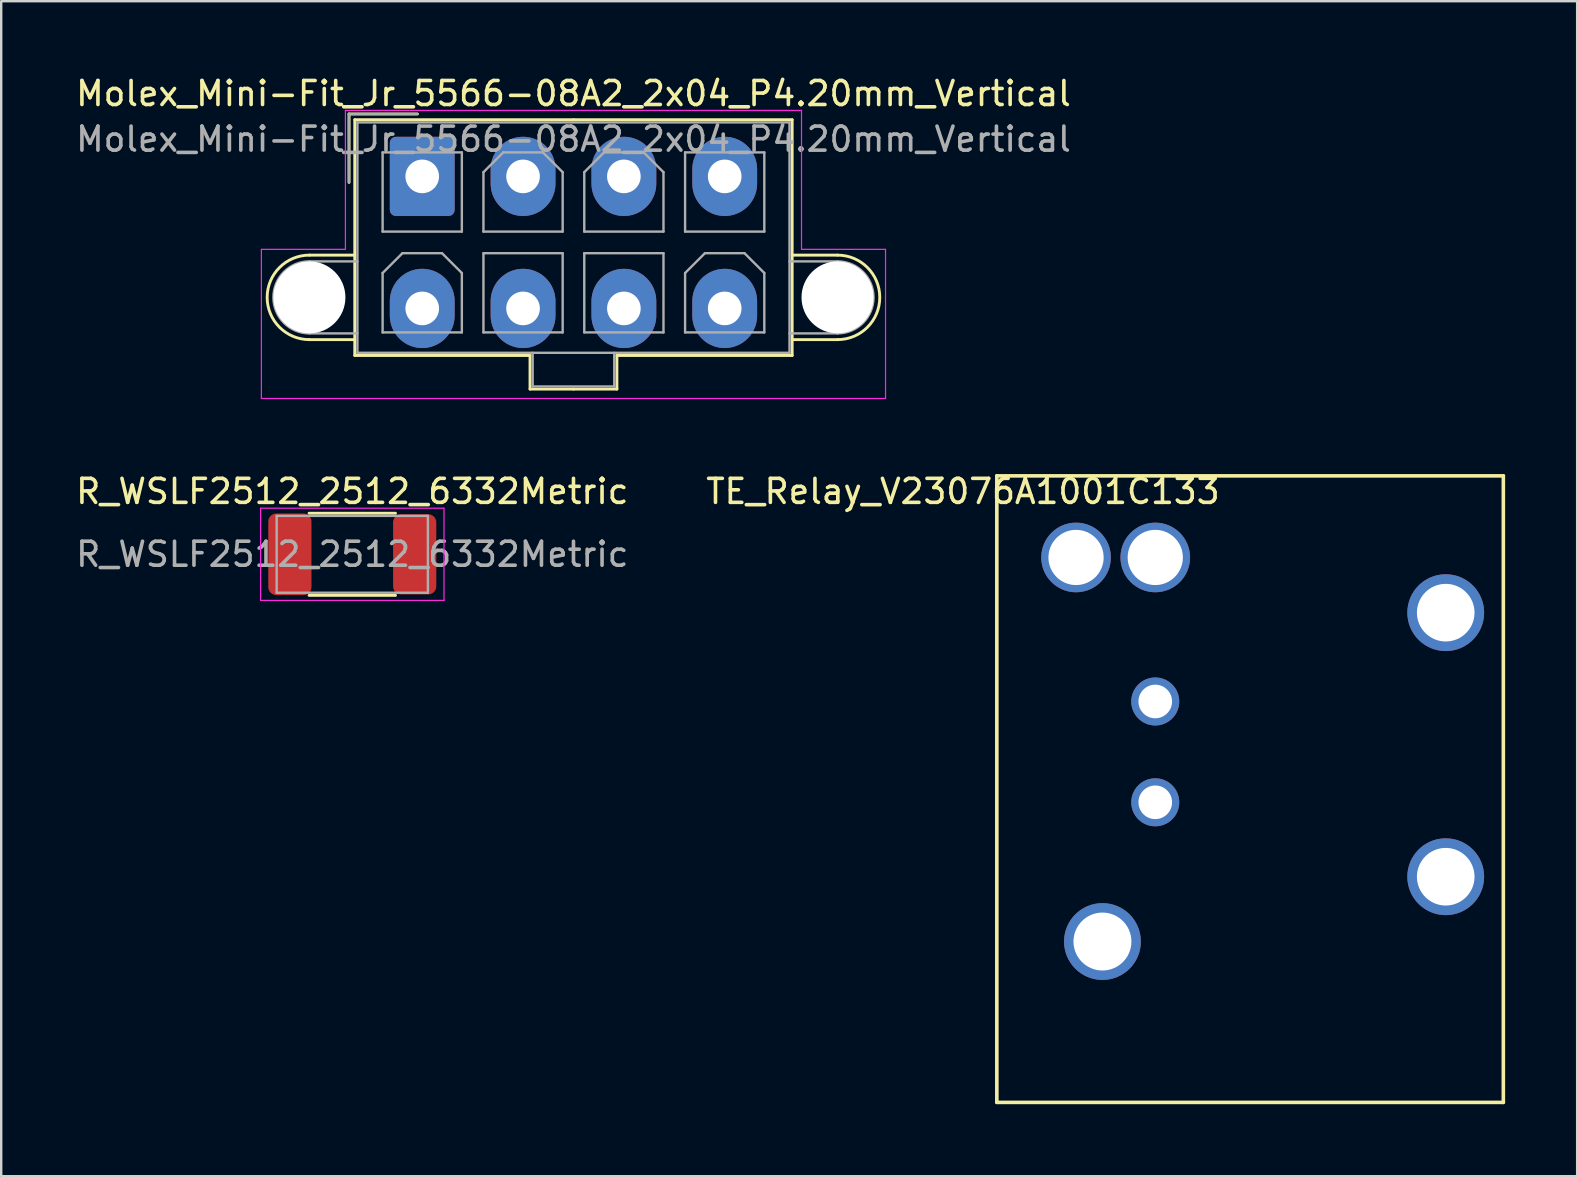
<source format=kicad_pcb>
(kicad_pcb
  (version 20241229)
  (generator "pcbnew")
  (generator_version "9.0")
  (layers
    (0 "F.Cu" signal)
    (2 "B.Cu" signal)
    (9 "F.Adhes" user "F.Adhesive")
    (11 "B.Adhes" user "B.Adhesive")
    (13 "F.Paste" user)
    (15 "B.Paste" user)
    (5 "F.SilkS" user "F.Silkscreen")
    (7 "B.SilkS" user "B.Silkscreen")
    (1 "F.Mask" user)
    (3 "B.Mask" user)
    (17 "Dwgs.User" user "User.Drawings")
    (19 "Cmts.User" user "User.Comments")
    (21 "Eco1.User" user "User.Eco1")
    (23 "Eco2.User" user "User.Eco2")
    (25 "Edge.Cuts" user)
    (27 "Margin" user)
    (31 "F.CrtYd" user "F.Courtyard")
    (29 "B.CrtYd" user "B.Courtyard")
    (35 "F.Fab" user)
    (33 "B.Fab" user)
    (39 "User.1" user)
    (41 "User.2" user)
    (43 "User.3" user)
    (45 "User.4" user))
  (footprint "R_WSLF2512_2512_6332Metric"
    (layer "F.Cu")
    (at 11.625 20.041)
    (property "Reference" "R_WSLF2512_2512_6332Metric" (at 0 -2.62 0) (layer "F.SilkS") (effects (font (size 1 1) (thickness 0.15))))
    (attr smd)
    (fp_line (start -1.8 -1.71) (end 1.8 -1.71) (stroke (width 0.12) (type solid)) (layer "F.SilkS"))
    (fp_line (start -1.8 1.71) (end 1.8 1.71) (stroke (width 0.12) (type solid)) (layer "F.SilkS"))
    (fp_line (start -3.82 -1.92) (end 3.82 -1.92) (stroke (width 0.05) (type solid)) (layer "F.CrtYd"))
    (fp_line (start -3.82 1.92) (end -3.82 -1.92) (stroke (width 0.05) (type solid)) (layer "F.CrtYd"))
    (fp_line (start 3.82 -1.92) (end 3.82 1.92) (stroke (width 0.05) (type solid)) (layer "F.CrtYd"))
    (fp_line (start 3.82 1.92) (end -3.82 1.92) (stroke (width 0.05) (type solid)) (layer "F.CrtYd"))
    (fp_line (start -3.15 -1.6) (end 3.15 -1.6) (stroke (width 0.1) (type solid)) (layer "F.Fab"))
    (fp_line (start -3.15 1.6) (end -3.15 -1.6) (stroke (width 0.1) (type solid)) (layer "F.Fab"))
    (fp_line (start 3.15 -1.6) (end 3.15 1.6) (stroke (width 0.1) (type solid)) (layer "F.Fab"))
    (fp_line (start 3.15 1.6) (end -3.15 1.6) (stroke (width 0.1) (type solid)) (layer "F.Fab"))
    (fp_text user "${REFERENCE}" (at 0 0 0) (layer "F.Fab") (effects (font (size 1 1) (thickness 0.15))))
    (pad "1" smd roundrect (at -2.6 0) (size 1.8 3.4) (layers "F.Cu" "F.Mask" "F.Paste") (roundrect_rratio 0.185))
    (pad "2" smd roundrect (at 2.6 0) (size 1.8 3.34) (layers "F.Cu" "F.Mask" "F.Paste") (roundrect_rratio 0.185)))
  (footprint "TE_Relay_V23076A1001C133"
    (layer "F.Cu")
    (at 49.065 29.172)
    (property "Reference" "TE_Relay_V23076A1001C133" (at -12 -11.75 180) (layer "F.SilkS") (effects (font (size 1 1) (thickness 0.15))))
    (attr through_hole)
    (fp_line (start -10.59 -12.4) (end -10.59 13.7) (stroke (width 0.15) (type solid)) (layer "F.SilkS"))
    (fp_line (start -10.59 -12.4) (end 10.51 -12.4) (stroke (width 0.15) (type solid)) (layer "F.SilkS"))
    (fp_line (start 10.51 -12.4) (end 10.51 13.7) (stroke (width 0.15) (type solid)) (layer "F.SilkS"))
    (fp_line (start 10.51 13.7) (end -10.59 13.7) (stroke (width 0.15) (type solid)) (layer "F.SilkS"))
    (pad "11" thru_hole circle (at -6.19 7) (size 3.2 3.2) (drill 2.413) (layers "*.Cu" "*.Mask"))
    (pad "11" thru_hole circle (at 8.11 -6.7) (size 3.2 3.2) (drill 2.4) (layers "*.Cu" "*.Mask"))
    (pad "11" thru_hole circle (at 8.11 4.3) (size 3.2 3.2) (drill 2.4) (layers "*.Cu" "*.Mask"))
    (pad "12" thru_hole circle (at -7.29 -9) (size 2.9 2.9) (drill 2.3) (layers "*.Cu" "*.Mask"))
    (pad "14" thru_hole circle (at -3.99 -9) (size 2.9 2.9) (drill 2.3) (layers "*.Cu" "*.Mask"))
    (pad "A1" thru_hole circle (at -3.99 -3) (size 2 2) (drill 1.4) (layers "*.Cu" "*.Mask"))
    (pad "A2" thru_hole circle (at -3.99 1.2) (size 2 2) (drill 1.4) (layers "*.Cu" "*.Mask")))
  (footprint "Molex_Mini-Fit_Jr_5566-08A2_2x04_P4.20mm_Vertical"
    (layer "F.Cu")
    (at 14.539 4.298)
    (property "Reference" "Molex_Mini-Fit_Jr_5566-08A2_2x04_P4.20mm_Vertical" (at 6.3 -3.45 0) (layer "F.SilkS") (effects (font (size 1 1) (thickness 0.15))))
    (attr through_hole)
    (fp_line (start -4.7 3.28) (end -2.81 3.28) (stroke (width 0.12) (type solid)) (layer "F.SilkS"))
    (fp_line (start -4.7 6.8) (end -2.81 6.8) (stroke (width 0.12) (type solid)) (layer "F.SilkS"))
    (fp_line (start -3.05 -2.6) (end -3.05 0.25) (stroke (width 0.12) (type solid)) (layer "F.SilkS"))
    (fp_line (start -2.81 -2.36) (end -2.81 7.46) (stroke (width 0.12) (type solid)) (layer "F.SilkS"))
    (fp_line (start -2.81 7.46) (end 4.49 7.46) (stroke (width 0.12) (type solid)) (layer "F.SilkS"))
    (fp_line (start -0.2 -2.6) (end -3.05 -2.6) (stroke (width 0.12) (type solid)) (layer "F.SilkS"))
    (fp_line (start 4.49 7.46) (end 4.49 8.86) (stroke (width 0.12) (type solid)) (layer "F.SilkS"))
    (fp_line (start 4.49 8.86) (end 6.3 8.86) (stroke (width 0.12) (type solid)) (layer "F.SilkS"))
    (fp_line (start 6.3 -2.36) (end -2.81 -2.36) (stroke (width 0.12) (type solid)) (layer "F.SilkS"))
    (fp_line (start 6.3 -2.36) (end 15.41 -2.36) (stroke (width 0.12) (type solid)) (layer "F.SilkS"))
    (fp_line (start 8.11 7.46) (end 8.11 8.86) (stroke (width 0.12) (type solid)) (layer "F.SilkS"))
    (fp_line (start 8.11 8.86) (end 6.3 8.86) (stroke (width 0.12) (type solid)) (layer "F.SilkS"))
    (fp_line (start 15.41 -2.36) (end 15.41 7.46) (stroke (width 0.12) (type solid)) (layer "F.SilkS"))
    (fp_line (start 15.41 7.46) (end 8.11 7.46) (stroke (width 0.12) (type solid)) (layer "F.SilkS"))
    (fp_line (start 17.3 3.28) (end 15.41 3.28) (stroke (width 0.12) (type solid)) (layer "F.SilkS"))
    (fp_line (start 17.3 6.8) (end 15.41 6.8) (stroke (width 0.12) (type solid)) (layer "F.SilkS"))
    (fp_arc (start -4.7 6.8) (mid -6.46 5.04) (end -4.7 3.28) (stroke (width 0.12) (type solid)) (layer "F.SilkS"))
    (fp_arc (start 17.3 3.28) (mid 19.06 5.04) (end 17.3 6.8) (stroke (width 0.12) (type solid)) (layer "F.SilkS"))
    (fp_line (start -6.7 3.04) (end -6.7 9.25) (stroke (width 0.05) (type solid)) (layer "F.CrtYd"))
    (fp_line (start -6.7 9.25) (end 19.3 9.25) (stroke (width 0.05) (type solid)) (layer "F.CrtYd"))
    (fp_line (start -3.2 -2.75) (end -3.2 3.04) (stroke (width 0.05) (type solid)) (layer "F.CrtYd"))
    (fp_line (start -3.2 3.04) (end -6.7 3.04) (stroke (width 0.05) (type solid)) (layer "F.CrtYd"))
    (fp_line (start 15.8 -2.75) (end -3.2 -2.75) (stroke (width 0.05) (type solid)) (layer "F.CrtYd"))
    (fp_line (start 15.8 3.04) (end 15.8 -2.75) (stroke (width 0.05) (type solid)) (layer "F.CrtYd"))
    (fp_line (start 19.3 3.04) (end 15.8 3.04) (stroke (width 0.05) (type solid)) (layer "F.CrtYd"))
    (fp_line (start 19.3 9.25) (end 19.3 3.04) (stroke (width 0.05) (type solid)) (layer "F.CrtYd"))
    (fp_line (start -4.7 3.54) (end -2.7 3.54) (stroke (width 0.1) (type solid)) (layer "F.Fab"))
    (fp_line (start -4.7 6.54) (end -2.7 6.54) (stroke (width 0.1) (type solid)) (layer "F.Fab"))
    (fp_line (start -3.05 -2.6) (end -3.05 0.25) (stroke (width 0.1) (type solid)) (layer "F.Fab"))
    (fp_line (start -2.7 -2.25) (end -2.7 7.35) (stroke (width 0.1) (type solid)) (layer "F.Fab"))
    (fp_line (start -2.7 7.35) (end 15.3 7.35) (stroke (width 0.1) (type solid)) (layer "F.Fab"))
    (fp_line (start -1.65 -1) (end -1.65 2.3) (stroke (width 0.1) (type solid)) (layer "F.Fab"))
    (fp_line (start -1.65 2.3) (end 1.65 2.3) (stroke (width 0.1) (type solid)) (layer "F.Fab"))
    (fp_line (start -1.65 4.025) (end -0.825 3.2) (stroke (width 0.1) (type solid)) (layer "F.Fab"))
    (fp_line (start -1.65 6.5) (end -1.65 4.025) (stroke (width 0.1) (type solid)) (layer "F.Fab"))
    (fp_line (start -0.825 3.2) (end 0.825 3.2) (stroke (width 0.1) (type solid)) (layer "F.Fab"))
    (fp_line (start -0.2 -2.6) (end -3.05 -2.6) (stroke (width 0.1) (type solid)) (layer "F.Fab"))
    (fp_line (start 0.825 3.2) (end 1.65 4.025) (stroke (width 0.1) (type solid)) (layer "F.Fab"))
    (fp_line (start 1.65 -1) (end -1.65 -1) (stroke (width 0.1) (type solid)) (layer "F.Fab"))
    (fp_line (start 1.65 2.3) (end 1.65 -1) (stroke (width 0.1) (type solid)) (layer "F.Fab"))
    (fp_line (start 1.65 4.025) (end 1.65 6.5) (stroke (width 0.1) (type solid)) (layer "F.Fab"))
    (fp_line (start 1.65 6.5) (end -1.65 6.5) (stroke (width 0.1) (type solid)) (layer "F.Fab"))
    (fp_line (start 2.55 -0.175) (end 3.375 -1) (stroke (width 0.1) (type solid)) (layer "F.Fab"))
    (fp_line (start 2.55 2.3) (end 2.55 -0.175) (stroke (width 0.1) (type solid)) (layer "F.Fab"))
    (fp_line (start 2.55 3.2) (end 2.55 6.5) (stroke (width 0.1) (type solid)) (layer "F.Fab"))
    (fp_line (start 2.55 6.5) (end 5.85 6.5) (stroke (width 0.1) (type solid)) (layer "F.Fab"))
    (fp_line (start 3.375 -1) (end 5.025 -1) (stroke (width 0.1) (type solid)) (layer "F.Fab"))
    (fp_line (start 4.6 7.35) (end 4.6 8.75) (stroke (width 0.1) (type solid)) (layer "F.Fab"))
    (fp_line (start 4.6 8.75) (end 8 8.75) (stroke (width 0.1) (type solid)) (layer "F.Fab"))
    (fp_line (start 5.025 -1) (end 5.85 -0.175) (stroke (width 0.1) (type solid)) (layer "F.Fab"))
    (fp_line (start 5.85 -0.175) (end 5.85 2.3) (stroke (width 0.1) (type solid)) (layer "F.Fab"))
    (fp_line (start 5.85 2.3) (end 2.55 2.3) (stroke (width 0.1) (type solid)) (layer "F.Fab"))
    (fp_line (start 5.85 3.2) (end 2.55 3.2) (stroke (width 0.1) (type solid)) (layer "F.Fab"))
    (fp_line (start 5.85 6.5) (end 5.85 3.2) (stroke (width 0.1) (type solid)) (layer "F.Fab"))
    (fp_line (start 6.75 -0.175) (end 7.575 -1) (stroke (width 0.1) (type solid)) (layer "F.Fab"))
    (fp_line (start 6.75 2.3) (end 6.75 -0.175) (stroke (width 0.1) (type solid)) (layer "F.Fab"))
    (fp_line (start 6.75 3.2) (end 6.75 6.5) (stroke (width 0.1) (type solid)) (layer "F.Fab"))
    (fp_line (start 6.75 6.5) (end 10.05 6.5) (stroke (width 0.1) (type solid)) (layer "F.Fab"))
    (fp_line (start 7.575 -1) (end 9.225 -1) (stroke (width 0.1) (type solid)) (layer "F.Fab"))
    (fp_line (start 8 8.75) (end 8 7.35) (stroke (width 0.1) (type solid)) (layer "F.Fab"))
    (fp_line (start 9.225 -1) (end 10.05 -0.175) (stroke (width 0.1) (type solid)) (layer "F.Fab"))
    (fp_line (start 10.05 -0.175) (end 10.05 2.3) (stroke (width 0.1) (type solid)) (layer "F.Fab"))
    (fp_line (start 10.05 2.3) (end 6.75 2.3) (stroke (width 0.1) (type solid)) (layer "F.Fab"))
    (fp_line (start 10.05 3.2) (end 6.75 3.2) (stroke (width 0.1) (type solid)) (layer "F.Fab"))
    (fp_line (start 10.05 6.5) (end 10.05 3.2) (stroke (width 0.1) (type solid)) (layer "F.Fab"))
    (fp_line (start 10.95 -1) (end 10.95 2.3) (stroke (width 0.1) (type solid)) (layer "F.Fab"))
    (fp_line (start 10.95 2.3) (end 14.25 2.3) (stroke (width 0.1) (type solid)) (layer "F.Fab"))
    (fp_line (start 10.95 4.025) (end 11.775 3.2) (stroke (width 0.1) (type solid)) (layer "F.Fab"))
    (fp_line (start 10.95 6.5) (end 10.95 4.025) (stroke (width 0.1) (type solid)) (layer "F.Fab"))
    (fp_line (start 11.775 3.2) (end 13.425 3.2) (stroke (width 0.1) (type solid)) (layer "F.Fab"))
    (fp_line (start 13.425 3.2) (end 14.25 4.025) (stroke (width 0.1) (type solid)) (layer "F.Fab"))
    (fp_line (start 14.25 -1) (end 10.95 -1) (stroke (width 0.1) (type solid)) (layer "F.Fab"))
    (fp_line (start 14.25 2.3) (end 14.25 -1) (stroke (width 0.1) (type solid)) (layer "F.Fab"))
    (fp_line (start 14.25 4.025) (end 14.25 6.5) (stroke (width 0.1) (type solid)) (layer "F.Fab"))
    (fp_line (start 14.25 6.5) (end 10.95 6.5) (stroke (width 0.1) (type solid)) (layer "F.Fab"))
    (fp_line (start 15.3 -2.25) (end -2.7 -2.25) (stroke (width 0.1) (type solid)) (layer "F.Fab"))
    (fp_line (start 15.3 7.35) (end 15.3 -2.25) (stroke (width 0.1) (type solid)) (layer "F.Fab"))
    (fp_line (start 17.3 3.54) (end 15.3 3.54) (stroke (width 0.1) (type solid)) (layer "F.Fab"))
    (fp_line (start 17.3 6.54) (end 15.3 6.54) (stroke (width 0.1) (type solid)) (layer "F.Fab"))
    (fp_arc (start -4.7 6.54) (mid -6.2 5.04) (end -4.7 3.54) (stroke (width 0.1) (type solid)) (layer "F.Fab"))
    (fp_arc (start 17.3 3.54) (mid 18.8 5.04) (end 17.3 6.54) (stroke (width 0.1) (type solid)) (layer "F.Fab"))
    (fp_text user "${REFERENCE}" (at 6.3 -1.55 0) (layer "F.Fab") (effects (font (size 1 1) (thickness 0.15))))
    (pad "" np_thru_hole circle (at -4.7 5.04) (size 3 3) (drill 3) (layers "*.Cu" "*.Mask"))
    (pad "" np_thru_hole circle (at 17.3 5.04) (size 3 3) (drill 3) (layers "*.Cu" "*.Mask"))
    (pad "1" thru_hole roundrect (at 0 0) (size 2.7 3.3) (drill 1.4) (layers "*.Cu" "*.Mask") (roundrect_rratio 0.093))
    (pad "2" thru_hole oval (at 4.2 0) (size 2.7 3.3) (drill 1.4) (layers "*.Cu" "*.Mask"))
    (pad "3" thru_hole oval (at 8.4 0) (size 2.7 3.3) (drill 1.4) (layers "*.Cu" "*.Mask"))
    (pad "4" thru_hole oval (at 12.6 0) (size 2.7 3.3) (drill 1.4) (layers "*.Cu" "*.Mask"))
    (pad "5" thru_hole oval (at 0 5.5) (size 2.7 3.3) (drill 1.4) (layers "*.Cu" "*.Mask"))
    (pad "6" thru_hole oval (at 4.2 5.5) (size 2.7 3.3) (drill 1.4) (layers "*.Cu" "*.Mask"))
    (pad "7" thru_hole oval (at 8.4 5.5) (size 2.7 3.3) (drill 1.4) (layers "*.Cu" "*.Mask"))
    (pad "8" thru_hole oval (at 12.6 5.5) (size 2.7 3.3) (drill 1.4) (layers "*.Cu" "*.Mask")))
  (gr_rect
    (start -3 -3)
    (end 62.65 45.947)
    (stroke (width 0.1) (type default))
    (fill no)
    (layer "Edge.Cuts")))
</source>
